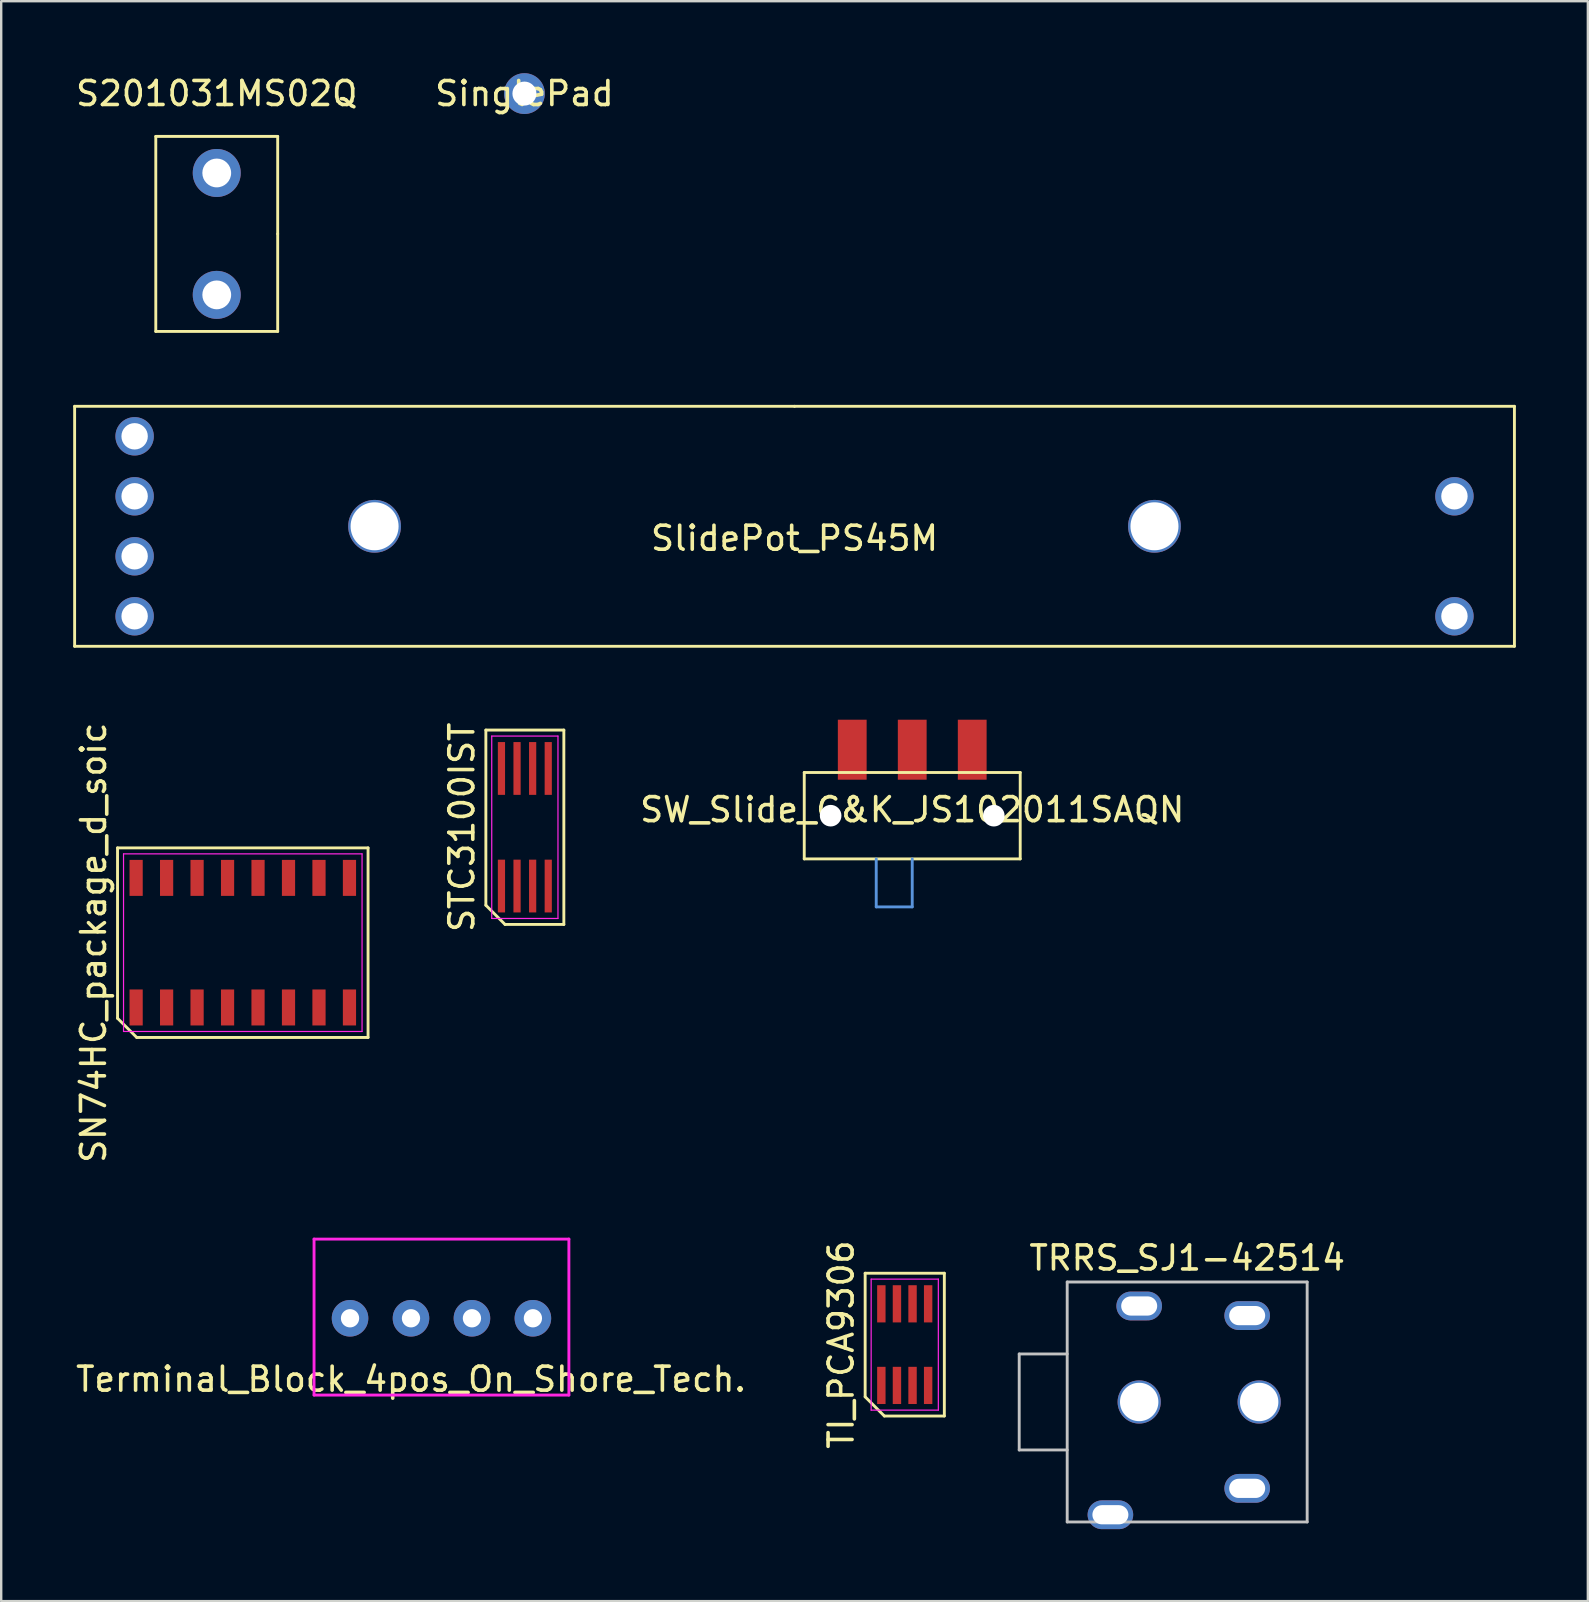
<source format=kicad_pcb>
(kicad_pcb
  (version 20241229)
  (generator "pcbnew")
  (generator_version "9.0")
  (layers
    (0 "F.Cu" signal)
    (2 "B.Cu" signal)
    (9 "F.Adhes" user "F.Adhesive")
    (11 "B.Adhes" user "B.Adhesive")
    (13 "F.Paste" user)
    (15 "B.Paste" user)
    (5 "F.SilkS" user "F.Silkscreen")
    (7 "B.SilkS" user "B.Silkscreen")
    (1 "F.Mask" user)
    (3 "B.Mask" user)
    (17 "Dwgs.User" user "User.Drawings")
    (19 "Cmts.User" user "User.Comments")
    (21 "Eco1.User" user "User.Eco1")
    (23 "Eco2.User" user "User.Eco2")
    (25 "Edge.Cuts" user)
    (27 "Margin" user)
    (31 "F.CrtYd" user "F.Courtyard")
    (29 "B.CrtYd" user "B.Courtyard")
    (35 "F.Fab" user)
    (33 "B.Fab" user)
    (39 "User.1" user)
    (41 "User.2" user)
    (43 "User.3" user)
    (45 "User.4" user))
  (footprint "SW_Slide_C&K_JS102011SAQN"
    (layer "F.Cu")
    (at 34.965 28.192)
    (property "Reference" "SW_Slide_C&K_JS102011SAQN" (at 0 2.5 0) (layer "F.SilkS") (effects (font (size 1 1) (thickness 0.15))))
    (attr smd)
    (fp_line (start -4.5 0.95) (end -4.5 4.55) (stroke (width 0.12) (type solid)) (layer "F.SilkS"))
    (fp_line (start -4.5 0.95) (end 4.5 0.95) (stroke (width 0.12) (type solid)) (layer "F.SilkS"))
    (fp_line (start -4.5 4.55) (end 4.5 4.55) (stroke (width 0.12) (type solid)) (layer "F.SilkS"))
    (fp_line (start 4.5 0.95) (end 4.5 4.55) (stroke (width 0.12) (type solid)) (layer "F.SilkS"))
    (fp_line (start -1.5 6.55) (end -1.5 4.55) (stroke (width 0.12) (type solid)) (layer "Cmts.User"))
    (fp_line (start 0 6.55) (end -1.5 6.55) (stroke (width 0.12) (type solid)) (layer "Cmts.User"))
    (fp_line (start 0 6.55) (end 0 4.55) (stroke (width 0.12) (type solid)) (layer "Cmts.User"))
    (pad "" np_thru_hole circle (at -3.4 2.75 270) (size 0.9 0.9) (drill 0.9) (layers "*.Cu" "*.Mask"))
    (pad "" np_thru_hole circle (at 3.4 2.75) (size 0.9 0.9) (drill 0.9) (layers "*.Cu" "*.Mask"))
    (pad "1" smd rect (at -2.5 0) (size 1.2 2.5) (layers "F.Cu" "F.Mask" "F.Paste"))
    (pad "2" smd rect (at 0 0) (size 1.2 2.5) (layers "F.Cu" "F.Mask" "F.Paste"))
    (pad "3" smd rect (at 2.5 0) (size 1.2 2.5) (layers "F.Cu" "F.Mask" "F.Paste")))
  (footprint "S201031MS02Q"
    (layer "F.Cu")
    (at 5.982 0.348)
    (property "Reference" "S201031MS02Q" (at 0 0.5 0) (layer "F.SilkS") (effects (font (size 1 1) (thickness 0.15))))
    (attr through_hole)
    (fp_line (start -2.54 2.286) (end -2.54 10.414) (stroke (width 0.12) (type solid)) (layer "F.SilkS"))
    (fp_line (start -2.54 10.414) (end 2.54 10.414) (stroke (width 0.12) (type solid)) (layer "F.SilkS"))
    (fp_line (start 2.54 2.286) (end -2.54 2.286) (stroke (width 0.12) (type solid)) (layer "F.SilkS"))
    (fp_line (start 2.54 2.286) (end 2.54 6.35) (stroke (width 0.12) (type solid)) (layer "F.SilkS"))
    (fp_line (start 2.54 10.414) (end 2.54 6.35) (stroke (width 0.12) (type solid)) (layer "F.SilkS"))
    (pad "1" thru_hole circle (at 0 3.81) (size 2 2) (drill 1.2) (layers "*.Cu" "*.Mask"))
    (pad "2" thru_hole circle (at 0 8.89) (size 2 2) (drill 1.2) (layers "*.Cu" "*.Mask")))
  (footprint "STC3100IST"
    (layer "F.Cu")
    (at 18.822 31.424)
    (property "Reference" "STC3100IST" (at -2.625 0 90) (layer "F.SilkS") (effects (font (size 1 1) (thickness 0.15))))
    (attr smd)
    (fp_line (start -1.625 -4.05) (end 1.625 -4.05) (stroke (width 0.12) (type solid)) (layer "F.SilkS"))
    (fp_line (start -1.625 3.25) (end -1.625 -4.05) (stroke (width 0.12) (type solid)) (layer "F.SilkS"))
    (fp_line (start -0.825 4.05) (end -1.625 3.25) (stroke (width 0.12) (type solid)) (layer "F.SilkS"))
    (fp_line (start 1.625 -4.05) (end 1.625 4.05) (stroke (width 0.12) (type solid)) (layer "F.SilkS"))
    (fp_line (start 1.625 4.05) (end -0.825 4.05) (stroke (width 0.12) (type solid)) (layer "F.SilkS"))
    (fp_line (start -1.38 -3.8) (end 1.38 -3.8) (stroke (width 0.05) (type solid)) (layer "F.CrtYd"))
    (fp_line (start -1.38 3.8) (end -1.38 -3.8) (stroke (width 0.05) (type solid)) (layer "F.CrtYd"))
    (fp_line (start 1.38 -3.8) (end 1.38 3.8) (stroke (width 0.05) (type solid)) (layer "F.CrtYd"))
    (fp_line (start 1.38 3.8) (end -1.38 3.8) (stroke (width 0.05) (type solid)) (layer "F.CrtYd"))
    (pad "1" smd rect (at -0.975 2.45) (size 0.3 2.2) (layers "F.Cu" "F.Mask" "F.Paste"))
    (pad "2" smd rect (at -0.325 2.45) (size 0.3 2.2) (layers "F.Cu" "F.Mask" "F.Paste"))
    (pad "3" smd rect (at 0.325 2.45) (size 0.3 2.2) (layers "F.Cu" "F.Mask" "F.Paste"))
    (pad "4" smd rect (at 0.975 2.45) (size 0.3 2.2) (layers "F.Cu" "F.Mask" "F.Paste"))
    (pad "5" smd rect (at 0.975 -2.45) (size 0.3 2.2) (layers "F.Cu" "F.Mask" "F.Paste"))
    (pad "6" smd rect (at 0.325 -2.45) (size 0.3 2.2) (layers "F.Cu" "F.Mask" "F.Paste"))
    (pad "7" smd rect (at -0.325 -2.45) (size 0.3 2.2) (layers "F.Cu" "F.Mask" "F.Paste"))
    (pad "8" smd rect (at -0.975 -2.45) (size 0.3 2.2) (layers "F.Cu" "F.Mask" "F.Paste")))
  (footprint "TRRS_SJ1-42514"
    (layer "F.Cu")
    (at 46.423 55.374)
    (property "Reference" "TRRS_SJ1-42514" (at 0 -6 0) (layer "F.SilkS") (effects (font (size 1 1) (thickness 0.15))))
    (attr through_hole)
    (fp_line (start -7 -2) (end -7 2) (stroke (width 0.12) (type solid)) (layer "Dwgs.User"))
    (fp_line (start -7 2) (end -5 2) (stroke (width 0.12) (type solid)) (layer "Dwgs.User"))
    (fp_line (start -5 -5) (end 5 -5) (stroke (width 0.12) (type solid)) (layer "Dwgs.User"))
    (fp_line (start -5 -2) (end -7 -2) (stroke (width 0.12) (type solid)) (layer "Dwgs.User"))
    (fp_line (start -5 5) (end -5 -5) (stroke (width 0.12) (type solid)) (layer "Dwgs.User"))
    (fp_line (start 5 -5) (end 5 5) (stroke (width 0.12) (type solid)) (layer "Dwgs.User"))
    (fp_line (start 5 5) (end -5 5) (stroke (width 0.12) (type solid)) (layer "Dwgs.User"))
    (pad "" np_thru_hole circle (at -2 0) (size 1.8 1.8) (drill 1.6) (layers "*.Cu" "*.Mask"))
    (pad "" np_thru_hole circle (at 3 0) (size 1.8 1.8) (drill 1.6) (layers "*.Cu" "*.Mask"))
    (pad "1" thru_hole oval (at -3.2 4.7) (size 1.9 1.2) (drill oval 1.5 0.8) (layers "*.Cu" "*.Mask"))
    (pad "2" thru_hole oval (at 2.5 3.6) (size 1.9 1.2) (drill oval 1.5 0.8) (layers "*.Cu" "*.Mask"))
    (pad "3" thru_hole oval (at 2.5 -3.6) (size 1.9 1.2) (drill oval 1.5 0.8) (layers "*.Cu" "*.Mask"))
    (pad "4" thru_hole oval (at -2 -4) (size 1.9 1.2) (drill oval 1.5 0.8) (layers "*.Cu" "*.Mask")))
  (footprint "Terminal_Block_4pos_On_Shore_Tech."
    (layer "F.Cu")
    (at 11.537 51.886)
    (property "Reference" "Terminal_Block_4pos_On_Shore_Tech." (at 2.54 2.54 0) (layer "F.SilkS") (effects (font (size 1 1) (thickness 0.15))))
    (attr through_hole)
    (fp_line (start -1.5 -3.3) (end -1.5 3.2) (stroke (width 0.12) (type solid)) (layer "F.CrtYd"))
    (fp_line (start -1.5 -3.3) (end 9.12 -3.3) (stroke (width 0.12) (type solid)) (layer "F.CrtYd"))
    (fp_line (start 9.12 3.2) (end -1.5 3.2) (stroke (width 0.12) (type solid)) (layer "F.CrtYd"))
    (fp_line (start 9.12 3.2) (end 9.12 -3.3) (stroke (width 0.12) (type solid)) (layer "F.CrtYd"))
    (pad "1" thru_hole circle (at 0 0) (size 1.524 1.524) (drill 0.762) (layers "*.Cu" "*.Mask"))
    (pad "2" thru_hole circle (at 2.54 0) (size 1.524 1.524) (drill 0.762) (layers "*.Cu" "*.Mask"))
    (pad "3" thru_hole circle (at 5.08 0) (size 1.524 1.524) (drill 0.762) (layers "*.Cu" "*.Mask"))
    (pad "4" thru_hole circle (at 7.62 0) (size 1.524 1.524) (drill 0.762) (layers "*.Cu" "*.Mask")))
  (footprint "SinglePad"
    (layer "F.Cu")
    (at 18.804 0.85)
    (property "Reference" "SinglePad" (at 0 0 0) (layer "F.SilkS") (effects (font (size 1 1) (thickness 0.15))))
    (attr through_hole)
    (pad "1" thru_hole circle (at 0 0) (size 1.7 1.7) (drill 1) (layers "*.Cu" "*.Mask")))
  (footprint "SlidePot_PS45M"
    (layer "F.Cu")
    (at 30.06 18.882)
    (property "Reference" "SlidePot_PS45M" (at 0 0.5 0) (layer "F.SilkS") (effects (font (size 1 1) (thickness 0.15))))
    (attr through_hole)
    (fp_line (start -30 -5) (end 0 -5) (stroke (width 0.12) (type solid)) (layer "F.SilkS"))
    (fp_line (start -30 5) (end -30 -5) (stroke (width 0.12) (type solid)) (layer "F.SilkS"))
    (fp_line (start 0 -5) (end 30 -5) (stroke (width 0.12) (type solid)) (layer "F.SilkS"))
    (fp_line (start 30 -5) (end 30 5) (stroke (width 0.12) (type solid)) (layer "F.SilkS"))
    (fp_line (start 30 5) (end -30 5) (stroke (width 0.12) (type solid)) (layer "F.SilkS"))
    (pad "" np_thru_hole circle (at -17.5 0) (size 2.2 2.2) (drill 2) (layers "*.Cu" "*.Mask"))
    (pad "" np_thru_hole circle (at 15 0) (size 2.2 2.2) (drill 2) (layers "*.Cu" "*.Mask"))
    (pad "1" thru_hole circle (at -27.5 -1.25) (size 1.6 1.6) (drill 1.1) (layers "*.Cu" "*.Mask"))
    (pad "1" thru_hole circle (at -27.5 3.75) (size 1.6 1.6) (drill 1.1) (layers "*.Cu" "*.Mask"))
    (pad "1" thru_hole circle (at 27.5 3.75) (size 1.6 1.6) (drill 1.1) (layers "*.Cu" "*.Mask"))
    (pad "2" thru_hole circle (at -27.5 -3.75) (size 1.6 1.6) (drill 1.1) (layers "*.Cu" "*.Mask"))
    (pad "2" thru_hole circle (at -27.5 1.25) (size 1.6 1.6) (drill 1.1) (layers "*.Cu" "*.Mask"))
    (pad "3" thru_hole circle (at 27.5 -1.25) (size 1.6 1.6) (drill 1.1) (layers "*.Cu" "*.Mask")))
  (footprint "TI_PCA9306"
    (layer "F.Cu")
    (at 34.653 52.984)
    (property "Reference" "TI_PCA9306" (at -2.65 0 90) (layer "F.SilkS") (effects (font (size 1 1) (thickness 0.15))))
    (attr smd)
    (fp_line (start -1.65 -2.975) (end 1.65 -2.975) (stroke (width 0.12) (type solid)) (layer "F.SilkS"))
    (fp_line (start -1.65 2.175) (end -1.65 -2.975) (stroke (width 0.12) (type solid)) (layer "F.SilkS"))
    (fp_line (start -0.85 2.975) (end -1.65 2.175) (stroke (width 0.12) (type solid)) (layer "F.SilkS"))
    (fp_line (start 1.65 -2.975) (end 1.65 2.975) (stroke (width 0.12) (type solid)) (layer "F.SilkS"))
    (fp_line (start 1.65 2.975) (end -0.85 2.975) (stroke (width 0.12) (type solid)) (layer "F.SilkS"))
    (fp_line (start -1.4 -2.73) (end 1.4 -2.73) (stroke (width 0.05) (type solid)) (layer "F.CrtYd"))
    (fp_line (start -1.4 2.73) (end -1.4 -2.73) (stroke (width 0.05) (type solid)) (layer "F.CrtYd"))
    (fp_line (start 1.4 -2.73) (end 1.4 2.73) (stroke (width 0.05) (type solid)) (layer "F.CrtYd"))
    (fp_line (start 1.4 2.73) (end -1.4 2.73) (stroke (width 0.05) (type solid)) (layer "F.CrtYd"))
    (pad "1" smd rect (at -0.975 1.7) (size 0.35 1.55) (layers "F.Cu" "F.Mask" "F.Paste"))
    (pad "2" smd rect (at -0.325 1.7) (size 0.35 1.55) (layers "F.Cu" "F.Mask" "F.Paste"))
    (pad "3" smd rect (at 0.325 1.7) (size 0.35 1.55) (layers "F.Cu" "F.Mask" "F.Paste"))
    (pad "4" smd rect (at 0.975 1.7) (size 0.35 1.55) (layers "F.Cu" "F.Mask" "F.Paste"))
    (pad "5" smd rect (at 0.975 -1.7) (size 0.35 1.55) (layers "F.Cu" "F.Mask" "F.Paste"))
    (pad "6" smd rect (at 0.325 -1.7) (size 0.35 1.55) (layers "F.Cu" "F.Mask" "F.Paste"))
    (pad "7" smd rect (at -0.325 -1.7) (size 0.35 1.55) (layers "F.Cu" "F.Mask" "F.Paste"))
    (pad "8" smd rect (at -0.975 -1.7) (size 0.35 1.55) (layers "F.Cu" "F.Mask" "F.Paste")))
  (footprint "SN74HC_package_d_soic"
    (layer "F.Cu")
    (at 7.068 36.234)
    (property "Reference" "SN74HC_package_d_soic" (at -6.22 0 90) (layer "F.SilkS") (effects (font (size 1 1) (thickness 0.15))))
    (attr smd)
    (fp_line (start -5.22 -3.95) (end 5.22 -3.95) (stroke (width 0.12) (type solid)) (layer "F.SilkS"))
    (fp_line (start -5.22 3.15) (end -5.22 -3.95) (stroke (width 0.12) (type solid)) (layer "F.SilkS"))
    (fp_line (start -4.42 3.95) (end -5.22 3.15) (stroke (width 0.12) (type solid)) (layer "F.SilkS"))
    (fp_line (start 5.22 -3.95) (end 5.22 3.95) (stroke (width 0.12) (type solid)) (layer "F.SilkS"))
    (fp_line (start 5.22 3.95) (end -4.42 3.95) (stroke (width 0.12) (type solid)) (layer "F.SilkS"))
    (fp_line (start -4.97 -3.7) (end 4.97 -3.7) (stroke (width 0.05) (type solid)) (layer "F.CrtYd"))
    (fp_line (start -4.97 3.7) (end -4.97 -3.7) (stroke (width 0.05) (type solid)) (layer "F.CrtYd"))
    (fp_line (start 4.97 -3.7) (end 4.97 3.7) (stroke (width 0.05) (type solid)) (layer "F.CrtYd"))
    (fp_line (start 4.97 3.7) (end -4.97 3.7) (stroke (width 0.05) (type solid)) (layer "F.CrtYd"))
    (pad "1" smd rect (at -4.445 2.7) (size 0.55 1.5) (layers "F.Cu" "F.Mask" "F.Paste"))
    (pad "2" smd rect (at -3.175 2.7) (size 0.55 1.5) (layers "F.Cu" "F.Mask" "F.Paste"))
    (pad "3" smd rect (at -1.905 2.7) (size 0.55 1.5) (layers "F.Cu" "F.Mask" "F.Paste"))
    (pad "4" smd rect (at -0.635 2.7) (size 0.55 1.5) (layers "F.Cu" "F.Mask" "F.Paste"))
    (pad "5" smd rect (at 0.635 2.7) (size 0.55 1.5) (layers "F.Cu" "F.Mask" "F.Paste"))
    (pad "6" smd rect (at 1.905 2.7) (size 0.55 1.5) (layers "F.Cu" "F.Mask" "F.Paste"))
    (pad "7" smd rect (at 3.175 2.7) (size 0.55 1.5) (layers "F.Cu" "F.Mask" "F.Paste"))
    (pad "8" smd rect (at 4.445 2.7) (size 0.55 1.5) (layers "F.Cu" "F.Mask" "F.Paste"))
    (pad "9" smd rect (at 4.445 -2.7) (size 0.55 1.5) (layers "F.Cu" "F.Mask" "F.Paste"))
    (pad "10" smd rect (at 3.175 -2.7) (size 0.55 1.5) (layers "F.Cu" "F.Mask" "F.Paste"))
    (pad "11" smd rect (at 1.905 -2.7) (size 0.55 1.5) (layers "F.Cu" "F.Mask" "F.Paste"))
    (pad "12" smd rect (at 0.635 -2.7) (size 0.55 1.5) (layers "F.Cu" "F.Mask" "F.Paste"))
    (pad "13" smd rect (at -0.635 -2.7) (size 0.55 1.5) (layers "F.Cu" "F.Mask" "F.Paste"))
    (pad "14" smd rect (at -1.905 -2.7) (size 0.55 1.5) (layers "F.Cu" "F.Mask" "F.Paste"))
    (pad "15" smd rect (at -3.175 -2.7) (size 0.55 1.5) (layers "F.Cu" "F.Mask" "F.Paste"))
    (pad "16" smd rect (at -4.445 -2.7) (size 0.55 1.5) (layers "F.Cu" "F.Mask" "F.Paste")))
  (gr_rect
    (start -3 -3)
    (end 63.12 63.674)
    (stroke (width 0.1) (type default))
    (fill no)
    (layer "Edge.Cuts")))
</source>
